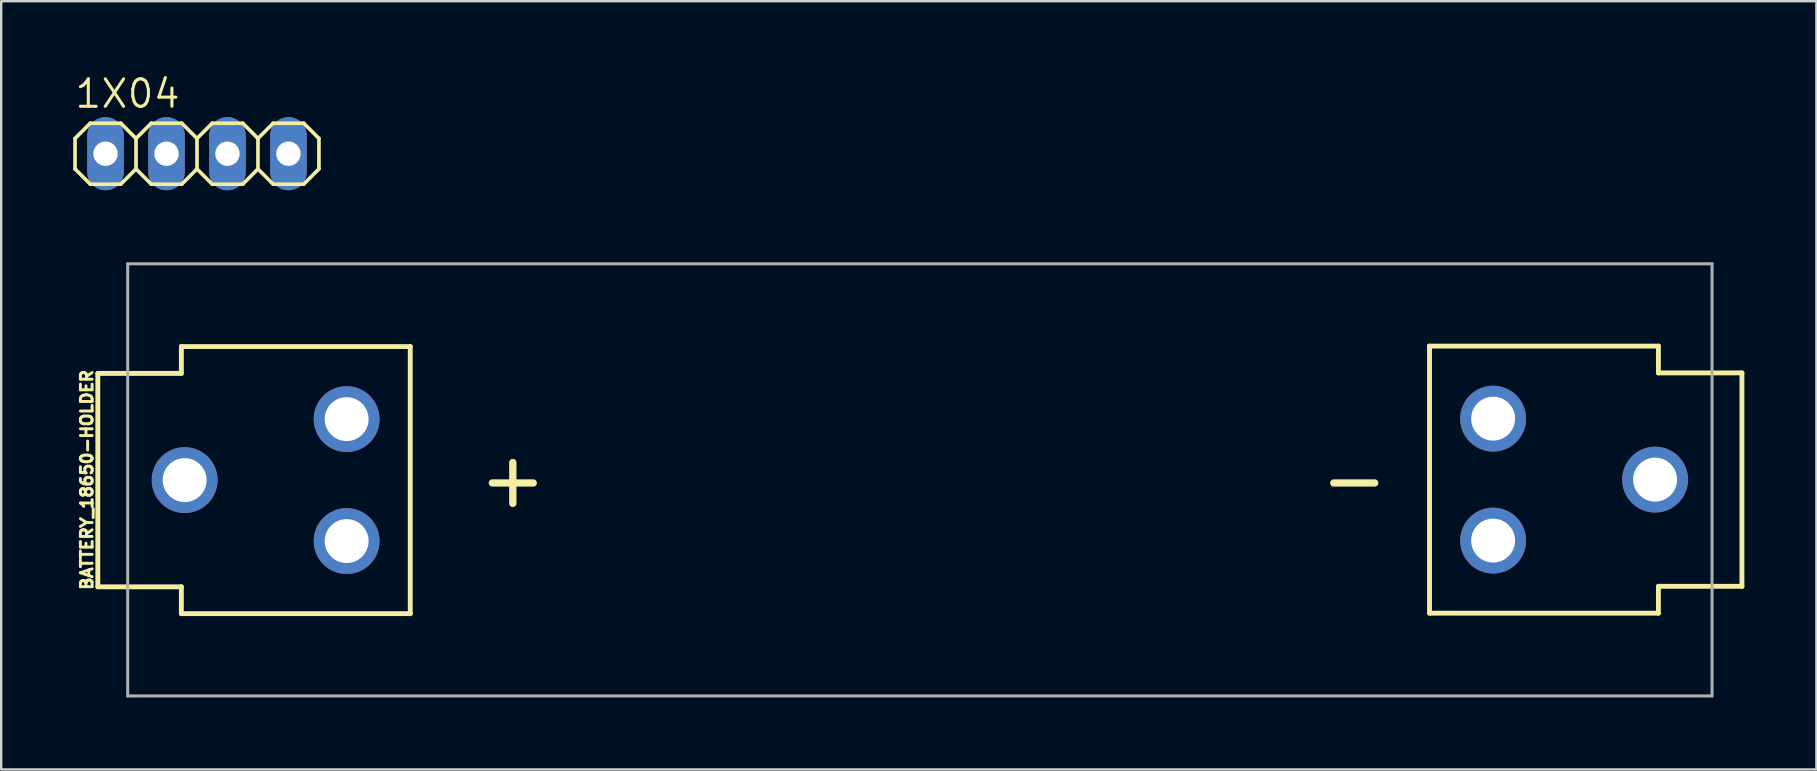
<source format=kicad_pcb>
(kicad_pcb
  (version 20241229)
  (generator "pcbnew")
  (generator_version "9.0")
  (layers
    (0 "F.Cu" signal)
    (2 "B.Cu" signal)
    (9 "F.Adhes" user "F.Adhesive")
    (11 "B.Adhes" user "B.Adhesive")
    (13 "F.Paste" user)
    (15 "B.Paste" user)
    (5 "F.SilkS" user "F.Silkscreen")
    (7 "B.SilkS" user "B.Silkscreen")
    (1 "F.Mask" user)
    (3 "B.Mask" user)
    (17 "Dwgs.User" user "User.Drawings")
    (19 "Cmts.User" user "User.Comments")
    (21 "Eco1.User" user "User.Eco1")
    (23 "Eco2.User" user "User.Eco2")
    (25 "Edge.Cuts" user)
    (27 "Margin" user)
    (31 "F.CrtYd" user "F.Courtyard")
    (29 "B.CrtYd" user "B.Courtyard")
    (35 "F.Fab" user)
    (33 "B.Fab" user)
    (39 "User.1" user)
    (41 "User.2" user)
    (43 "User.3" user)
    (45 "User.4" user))
  (footprint "BATTERY_18650-HOLDER"
    (layer "F.Cu")
    (at 35.27 16.94)
    (property "Reference" "BATTERY_18650-HOLDER" (at -34.417 0 90) (layer "F.SilkS") (effects (font (size 0.488 0.488) (thickness 0.122)) (justify bottom)))
    (fp_line (start -34.245 -4.435) (end -30.765 -4.435) (stroke (width 0.203) (type solid)) (layer "F.SilkS"))
    (fp_line (start -34.245 4.455) (end -34.245 -4.435) (stroke (width 0.203) (type solid)) (layer "F.SilkS"))
    (fp_line (start -30.765 -5.553) (end -21.23 -5.553) (stroke (width 0.203) (type solid)) (layer "F.SilkS"))
    (fp_line (start -30.765 -4.435) (end -30.765 -5.553) (stroke (width 0.203) (type solid)) (layer "F.SilkS"))
    (fp_line (start -30.765 4.455) (end -34.245 4.455) (stroke (width 0.203) (type solid)) (layer "F.SilkS"))
    (fp_line (start -30.765 5.573) (end -30.765 4.455) (stroke (width 0.203) (type solid)) (layer "F.SilkS"))
    (fp_line (start -21.23 -5.553) (end -21.23 5.573) (stroke (width 0.203) (type solid)) (layer "F.SilkS"))
    (fp_line (start -21.23 5.573) (end -30.765 5.573) (stroke (width 0.203) (type solid)) (layer "F.SilkS"))
    (fp_line (start 21.23 -5.573) (end 30.765 -5.573) (stroke (width 0.203) (type solid)) (layer "F.SilkS"))
    (fp_line (start 21.23 5.553) (end 21.23 -5.573) (stroke (width 0.203) (type solid)) (layer "F.SilkS"))
    (fp_line (start 30.765 -5.573) (end 30.765 -4.455) (stroke (width 0.203) (type solid)) (layer "F.SilkS"))
    (fp_line (start 30.765 -4.455) (end 34.245 -4.455) (stroke (width 0.203) (type solid)) (layer "F.SilkS"))
    (fp_line (start 30.765 4.435) (end 30.765 5.553) (stroke (width 0.203) (type solid)) (layer "F.SilkS"))
    (fp_line (start 30.765 5.553) (end 21.23 5.553) (stroke (width 0.203) (type solid)) (layer "F.SilkS"))
    (fp_line (start 34.245 -4.455) (end 34.245 4.435) (stroke (width 0.203) (type solid)) (layer "F.SilkS"))
    (fp_line (start 34.245 4.435) (end 30.765 4.435) (stroke (width 0.203) (type solid)) (layer "F.SilkS"))
    (fp_line (start -33 -9) (end -33 9) (stroke (width 0.127) (type solid)) (layer "F.Fab"))
    (fp_line (start -33 -9) (end 33 -9) (stroke (width 0.127) (type solid)) (layer "F.Fab"))
    (fp_line (start 33 -9) (end 33 9) (stroke (width 0.127) (type solid)) (layer "F.Fab"))
    (fp_line (start 33 9) (end -33 9) (stroke (width 0.127) (type solid)) (layer "F.Fab"))
    (fp_text user "-" (at 16.51 1.27 0) (layer "F.SilkS") (effects (font (size 2.235 2.235) (thickness 0.305)) (justify left bottom)))
    (fp_text user "+" (at -18.542 1.27 0) (layer "F.SilkS") (effects (font (size 2.235 2.235) (thickness 0.305)) (justify left bottom)))
    (pad "GND@1" thru_hole circle (at 30.628 -0.01 180) (size 2.743 2.743) (drill 1.829) (layers "*.Cu" "*.Mask"))
    (pad "GND@2" thru_hole circle (at 23.88 -2.55 270) (size 2.743 2.743) (drill 1.829) (layers "*.Cu" "*.Mask"))
    (pad "GND@3" thru_hole circle (at 23.88 2.53 270) (size 2.743 2.743) (drill 1.829) (layers "*.Cu" "*.Mask"))
    (pad "PWR@1" thru_hole circle (at -30.628 0.01) (size 2.743 2.743) (drill 1.829) (layers "*.Cu" "*.Mask"))
    (pad "PWR@2" thru_hole circle (at -23.88 -2.53 90) (size 2.743 2.743) (drill 1.829) (layers "*.Cu" "*.Mask"))
    (pad "PWR@3" thru_hole circle (at -23.88 2.55 90) (size 2.743 2.743) (drill 1.829) (layers "*.Cu" "*.Mask")))
  (footprint "1X04"
    (layer "F.Cu")
    (at 5.156 3.353)
    (property "Reference" "1X04" (at -5.156 -1.829 0) (layer "F.SilkS") (effects (font (size 1.143 1.143) (thickness 0.127)) (justify left bottom)))
    (fp_line (start -5.08 -0.635) (end -5.08 0.635) (stroke (width 0.152) (type solid)) (layer "F.SilkS"))
    (fp_line (start -5.08 0.635) (end -4.445 1.27) (stroke (width 0.152) (type solid)) (layer "F.SilkS"))
    (fp_line (start -4.445 -1.27) (end -5.08 -0.635) (stroke (width 0.152) (type solid)) (layer "F.SilkS"))
    (fp_line (start -4.445 -1.27) (end -3.175 -1.27) (stroke (width 0.152) (type solid)) (layer "F.SilkS"))
    (fp_line (start -3.175 -1.27) (end -2.54 -0.635) (stroke (width 0.152) (type solid)) (layer "F.SilkS"))
    (fp_line (start -3.175 1.27) (end -4.445 1.27) (stroke (width 0.152) (type solid)) (layer "F.SilkS"))
    (fp_line (start -2.54 -0.635) (end -2.54 0.635) (stroke (width 0.152) (type solid)) (layer "F.SilkS"))
    (fp_line (start -2.54 -0.635) (end -1.905 -1.27) (stroke (width 0.152) (type solid)) (layer "F.SilkS"))
    (fp_line (start -2.54 0.635) (end -3.175 1.27) (stroke (width 0.152) (type solid)) (layer "F.SilkS"))
    (fp_line (start -1.905 -1.27) (end -0.635 -1.27) (stroke (width 0.152) (type solid)) (layer "F.SilkS"))
    (fp_line (start -1.905 1.27) (end -2.54 0.635) (stroke (width 0.152) (type solid)) (layer "F.SilkS"))
    (fp_line (start -0.635 -1.27) (end 0 -0.635) (stroke (width 0.152) (type solid)) (layer "F.SilkS"))
    (fp_line (start -0.635 1.27) (end -1.905 1.27) (stroke (width 0.152) (type solid)) (layer "F.SilkS"))
    (fp_line (start 0 -0.635) (end 0 0.635) (stroke (width 0.152) (type solid)) (layer "F.SilkS"))
    (fp_line (start 0 -0.635) (end 0.635 -1.27) (stroke (width 0.152) (type solid)) (layer "F.SilkS"))
    (fp_line (start 0 0.635) (end -0.635 1.27) (stroke (width 0.152) (type solid)) (layer "F.SilkS"))
    (fp_line (start 0.635 -1.27) (end 1.905 -1.27) (stroke (width 0.152) (type solid)) (layer "F.SilkS"))
    (fp_line (start 0.635 1.27) (end 0 0.635) (stroke (width 0.152) (type solid)) (layer "F.SilkS"))
    (fp_line (start 1.905 -1.27) (end 2.54 -0.635) (stroke (width 0.152) (type solid)) (layer "F.SilkS"))
    (fp_line (start 1.905 1.27) (end 0.635 1.27) (stroke (width 0.152) (type solid)) (layer "F.SilkS"))
    (fp_line (start 2.54 -0.635) (end 2.54 0.635) (stroke (width 0.152) (type solid)) (layer "F.SilkS"))
    (fp_line (start 2.54 0.635) (end 1.905 1.27) (stroke (width 0.152) (type solid)) (layer "F.SilkS"))
    (fp_line (start 2.54 0.635) (end 3.175 1.27) (stroke (width 0.152) (type solid)) (layer "F.SilkS"))
    (fp_line (start 3.175 -1.27) (end 2.54 -0.635) (stroke (width 0.152) (type solid)) (layer "F.SilkS"))
    (fp_line (start 3.175 -1.27) (end 4.445 -1.27) (stroke (width 0.152) (type solid)) (layer "F.SilkS"))
    (fp_line (start 4.445 -1.27) (end 5.08 -0.635) (stroke (width 0.152) (type solid)) (layer "F.SilkS"))
    (fp_line (start 4.445 1.27) (end 3.175 1.27) (stroke (width 0.152) (type solid)) (layer "F.SilkS"))
    (fp_line (start 5.08 -0.635) (end 5.08 0.635) (stroke (width 0.152) (type solid)) (layer "F.SilkS"))
    (fp_line (start 5.08 0.635) (end 4.445 1.27) (stroke (width 0.152) (type solid)) (layer "F.SilkS"))
    (fp_poly (pts (xy -4.064 0.254) (xy -3.556 0.254) (xy -3.556 -0.254) (xy -4.064 -0.254)) (stroke (width 0.1) (type solid)) (fill no) (layer "F.Fab"))
    (fp_poly (pts (xy -1.524 0.254) (xy -1.016 0.254) (xy -1.016 -0.254) (xy -1.524 -0.254)) (stroke (width 0.1) (type solid)) (fill no) (layer "F.Fab"))
    (fp_poly (pts (xy 1.016 0.254) (xy 1.524 0.254) (xy 1.524 -0.254) (xy 1.016 -0.254)) (stroke (width 0.1) (type solid)) (fill no) (layer "F.Fab"))
    (fp_poly (pts (xy 3.556 0.254) (xy 4.064 0.254) (xy 4.064 -0.254) (xy 3.556 -0.254)) (stroke (width 0.1) (type solid)) (fill no) (layer "F.Fab"))
    (pad "1" thru_hole oval (at -3.81 0 90) (size 3.048 1.524) (drill 1.016) (layers "*.Cu" "*.Mask"))
    (pad "2" thru_hole oval (at -1.27 0 90) (size 3.048 1.524) (drill 1.016) (layers "*.Cu" "*.Mask"))
    (pad "3" thru_hole oval (at 1.27 0 90) (size 3.048 1.524) (drill 1.016) (layers "*.Cu" "*.Mask"))
    (pad "4" thru_hole oval (at 3.81 0 90) (size 3.048 1.524) (drill 1.016) (layers "*.Cu" "*.Mask")))
  (gr_rect
    (start -3 -3)
    (end 72.617 29.004)
    (stroke (width 0.1) (type default))
    (fill no)
    (layer "Edge.Cuts")))
</source>
